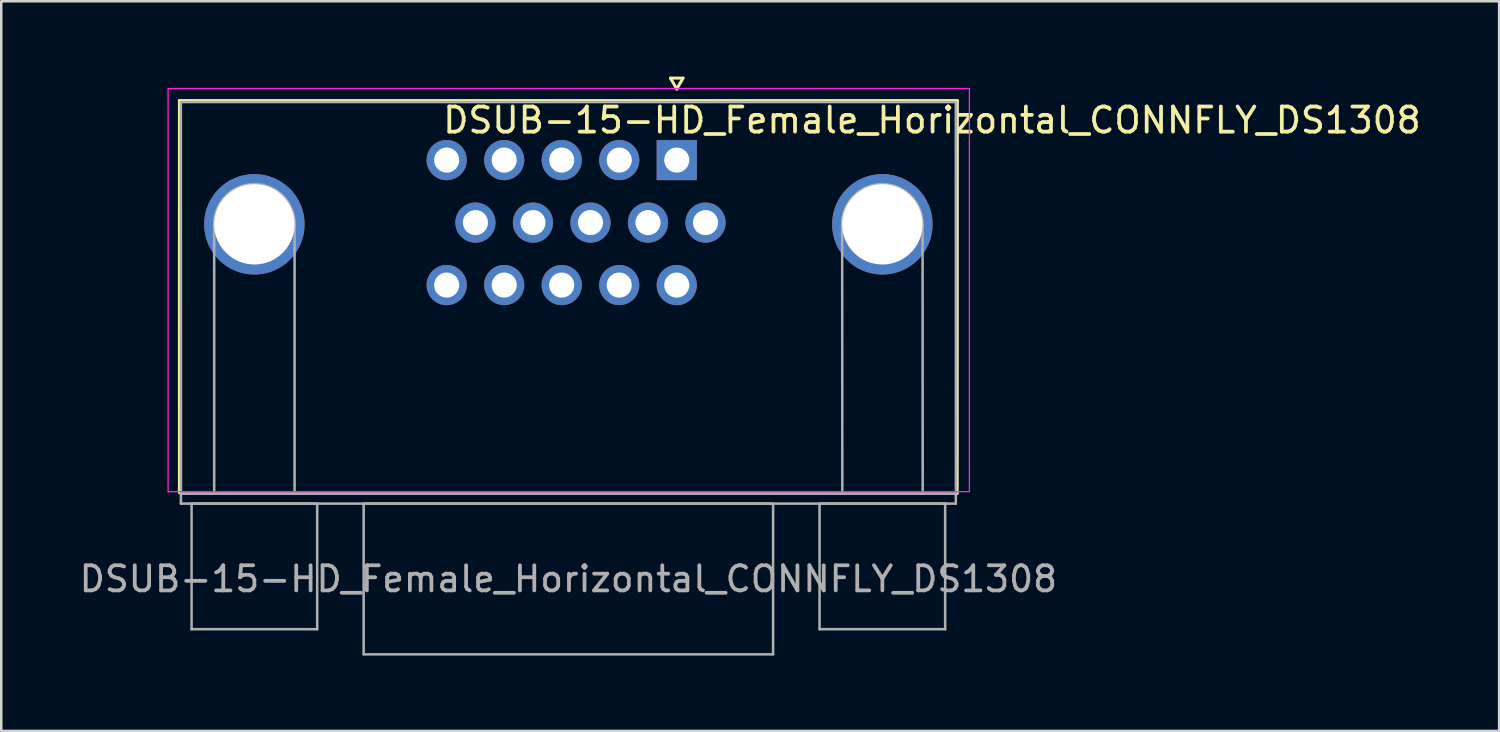
<source format=kicad_pcb>
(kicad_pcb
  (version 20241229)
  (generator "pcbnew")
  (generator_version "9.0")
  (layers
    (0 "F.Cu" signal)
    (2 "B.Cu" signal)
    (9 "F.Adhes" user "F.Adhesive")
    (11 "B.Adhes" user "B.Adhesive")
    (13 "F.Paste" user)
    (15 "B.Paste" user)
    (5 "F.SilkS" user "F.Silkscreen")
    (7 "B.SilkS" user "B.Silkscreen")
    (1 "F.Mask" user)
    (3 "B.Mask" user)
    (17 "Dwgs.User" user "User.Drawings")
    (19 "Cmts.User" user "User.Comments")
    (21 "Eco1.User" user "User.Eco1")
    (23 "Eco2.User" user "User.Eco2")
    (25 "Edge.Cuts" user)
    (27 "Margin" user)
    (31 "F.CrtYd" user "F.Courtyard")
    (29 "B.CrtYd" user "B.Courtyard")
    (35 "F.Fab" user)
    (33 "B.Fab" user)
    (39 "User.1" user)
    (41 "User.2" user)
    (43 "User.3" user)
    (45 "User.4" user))
  (footprint "DSUB-15-HD_Female_Horizontal_CONNFLY_DS1308"
    (layer "F.Cu")
    (at 23.892 2.624)
    (property "Reference" "DSUB-15-HD_Female_Horizontal_CONNFLY_DS1308" (at 10.16 -0.889 0) (layer "F.SilkS") (effects (font (size 1 1) (thickness 0.15))))
    (attr through_hole)
    (fp_line (start -19.8 -1.67) (end 11.17 -1.67) (stroke (width 0.12) (type solid)) (layer "F.SilkS"))
    (fp_line (start -19.799 13.945) (end -19.8 -1.67) (stroke (width 0.12) (type solid)) (layer "F.SilkS"))
    (fp_line (start -0.25 -2.564) (end 0.25 -2.564) (stroke (width 0.12) (type solid)) (layer "F.SilkS"))
    (fp_line (start 0 -2.131) (end -0.25 -2.564) (stroke (width 0.12) (type solid)) (layer "F.SilkS"))
    (fp_line (start 0.25 -2.564) (end 0 -2.131) (stroke (width 0.12) (type solid)) (layer "F.SilkS"))
    (fp_line (start 11.17 -1.67) (end 11.163 13.97) (stroke (width 0.12) (type solid)) (layer "F.SilkS"))
    (fp_line (start -20.25 -2.15) (end -20.25 13.9) (stroke (width 0.05) (type solid)) (layer "F.CrtYd"))
    (fp_line (start -20.25 13.9) (end 11.65 13.9) (stroke (width 0.05) (type solid)) (layer "F.CrtYd"))
    (fp_line (start 11.65 -2.15) (end -20.25 -2.15) (stroke (width 0.05) (type solid)) (layer "F.CrtYd"))
    (fp_line (start 11.65 13.9) (end 11.65 -2.15) (stroke (width 0.05) (type solid)) (layer "F.CrtYd"))
    (fp_line (start -19.74 -1.61) (end -19.736 13.97) (stroke (width 0.1) (type solid)) (layer "F.Fab"))
    (fp_line (start -19.74 13.975) (end -19.74 14.375) (stroke (width 0.1) (type solid)) (layer "F.Fab"))
    (fp_line (start -19.74 13.975) (end 11.11 13.975) (stroke (width 0.1) (type solid)) (layer "F.Fab"))
    (fp_line (start -19.74 14.375) (end 11.11 14.375) (stroke (width 0.1) (type solid)) (layer "F.Fab"))
    (fp_line (start -19.315 14.375) (end -19.315 19.375) (stroke (width 0.1) (type solid)) (layer "F.Fab"))
    (fp_line (start -19.315 19.375) (end -14.315 19.375) (stroke (width 0.1) (type solid)) (layer "F.Fab"))
    (fp_line (start -18.415 13.97) (end -18.415 3.256) (stroke (width 0.1) (type solid)) (layer "F.Fab"))
    (fp_line (start -15.215 13.919) (end -15.215 3.256) (stroke (width 0.1) (type solid)) (layer "F.Fab"))
    (fp_line (start -14.315 14.375) (end -19.315 14.375) (stroke (width 0.1) (type solid)) (layer "F.Fab"))
    (fp_line (start -14.315 19.375) (end -14.315 14.375) (stroke (width 0.1) (type solid)) (layer "F.Fab"))
    (fp_line (start -12.465 14.375) (end -12.465 20.375) (stroke (width 0.1) (type solid)) (layer "F.Fab"))
    (fp_line (start -12.465 20.375) (end 3.835 20.375) (stroke (width 0.1) (type solid)) (layer "F.Fab"))
    (fp_line (start 3.835 14.375) (end -12.465 14.375) (stroke (width 0.1) (type solid)) (layer "F.Fab"))
    (fp_line (start 3.835 20.375) (end 3.835 14.375) (stroke (width 0.1) (type solid)) (layer "F.Fab"))
    (fp_line (start 5.685 14.375) (end 5.685 19.375) (stroke (width 0.1) (type solid)) (layer "F.Fab"))
    (fp_line (start 5.685 19.375) (end 10.685 19.375) (stroke (width 0.1) (type solid)) (layer "F.Fab"))
    (fp_line (start 6.591 13.957) (end 6.585 3.256) (stroke (width 0.1) (type solid)) (layer "F.Fab"))
    (fp_line (start 9.792 13.957) (end 9.785 3.256) (stroke (width 0.1) (type solid)) (layer "F.Fab"))
    (fp_line (start 10.685 14.375) (end 5.685 14.375) (stroke (width 0.1) (type solid)) (layer "F.Fab"))
    (fp_line (start 10.685 19.375) (end 10.685 14.375) (stroke (width 0.1) (type solid)) (layer "F.Fab"))
    (fp_line (start 11.11 -1.61) (end -19.74 -1.61) (stroke (width 0.1) (type solid)) (layer "F.Fab"))
    (fp_line (start 11.11 13.975) (end -19.74 13.975) (stroke (width 0.1) (type solid)) (layer "F.Fab"))
    (fp_line (start 11.11 14.375) (end 11.11 13.975) (stroke (width 0.1) (type solid)) (layer "F.Fab"))
    (fp_line (start 11.113 14.021) (end 11.11 -1.61) (stroke (width 0.1) (type solid)) (layer "F.Fab"))
    (fp_arc (start -18.415 3.2565) (mid -16.815 1.6565) (end -15.215 3.2565) (stroke (width 0.1) (type solid)) (layer "F.Fab"))
    (fp_arc (start 6.585 3.2565) (mid 8.185 1.6565) (end 9.785 3.2565) (stroke (width 0.1) (type solid)) (layer "F.Fab"))
    (fp_text user "${REFERENCE}" (at -4.315 17.375 0) (layer "F.Fab") (effects (font (size 1 1) (thickness 0.15))))
    (pad "0" thru_hole circle (at -16.815 3.256) (size 4 4) (drill 3.2) (layers "*.Cu" "*.Mask"))
    (pad "0" thru_hole circle (at 8.185 3.256) (size 4 4) (drill 3.2) (layers "*.Cu" "*.Mask"))
    (pad "1" thru_hole rect (at 0 0.699) (size 1.6 1.6) (drill 1) (layers "*.Cu" "*.Mask"))
    (pad "2" thru_hole circle (at -2.29 0.699) (size 1.6 1.6) (drill 1) (layers "*.Cu" "*.Mask"))
    (pad "3" thru_hole circle (at -4.58 0.699) (size 1.6 1.6) (drill 1) (layers "*.Cu" "*.Mask"))
    (pad "4" thru_hole circle (at -6.87 0.699) (size 1.6 1.6) (drill 1) (layers "*.Cu" "*.Mask"))
    (pad "5" thru_hole circle (at -9.16 0.699) (size 1.6 1.6) (drill 1) (layers "*.Cu" "*.Mask"))
    (pad "6" thru_hole circle (at 1.145 3.187) (size 1.6 1.6) (drill 1) (layers "*.Cu" "*.Mask"))
    (pad "7" thru_hole circle (at -1.145 3.187) (size 1.6 1.6) (drill 1) (layers "*.Cu" "*.Mask"))
    (pad "8" thru_hole circle (at -3.435 3.187) (size 1.6 1.6) (drill 1) (layers "*.Cu" "*.Mask"))
    (pad "9" thru_hole circle (at -5.725 3.187) (size 1.6 1.6) (drill 1) (layers "*.Cu" "*.Mask"))
    (pad "10" thru_hole circle (at -8.015 3.187) (size 1.6 1.6) (drill 1) (layers "*.Cu" "*.Mask"))
    (pad "11" thru_hole circle (at 0 5.675) (size 1.6 1.6) (drill 1) (layers "*.Cu" "*.Mask"))
    (pad "12" thru_hole circle (at -2.29 5.675) (size 1.6 1.6) (drill 1) (layers "*.Cu" "*.Mask"))
    (pad "13" thru_hole circle (at -4.58 5.675) (size 1.6 1.6) (drill 1) (layers "*.Cu" "*.Mask"))
    (pad "14" thru_hole circle (at -6.87 5.675) (size 1.6 1.6) (drill 1) (layers "*.Cu" "*.Mask"))
    (pad "15" thru_hole circle (at -9.16 5.675) (size 1.6 1.6) (drill 1) (layers "*.Cu" "*.Mask")))
  (gr_rect
    (start -3 -3)
    (end 56.63 26.049)
    (stroke (width 0.1) (type default))
    (fill no)
    (layer "Edge.Cuts")))
</source>
